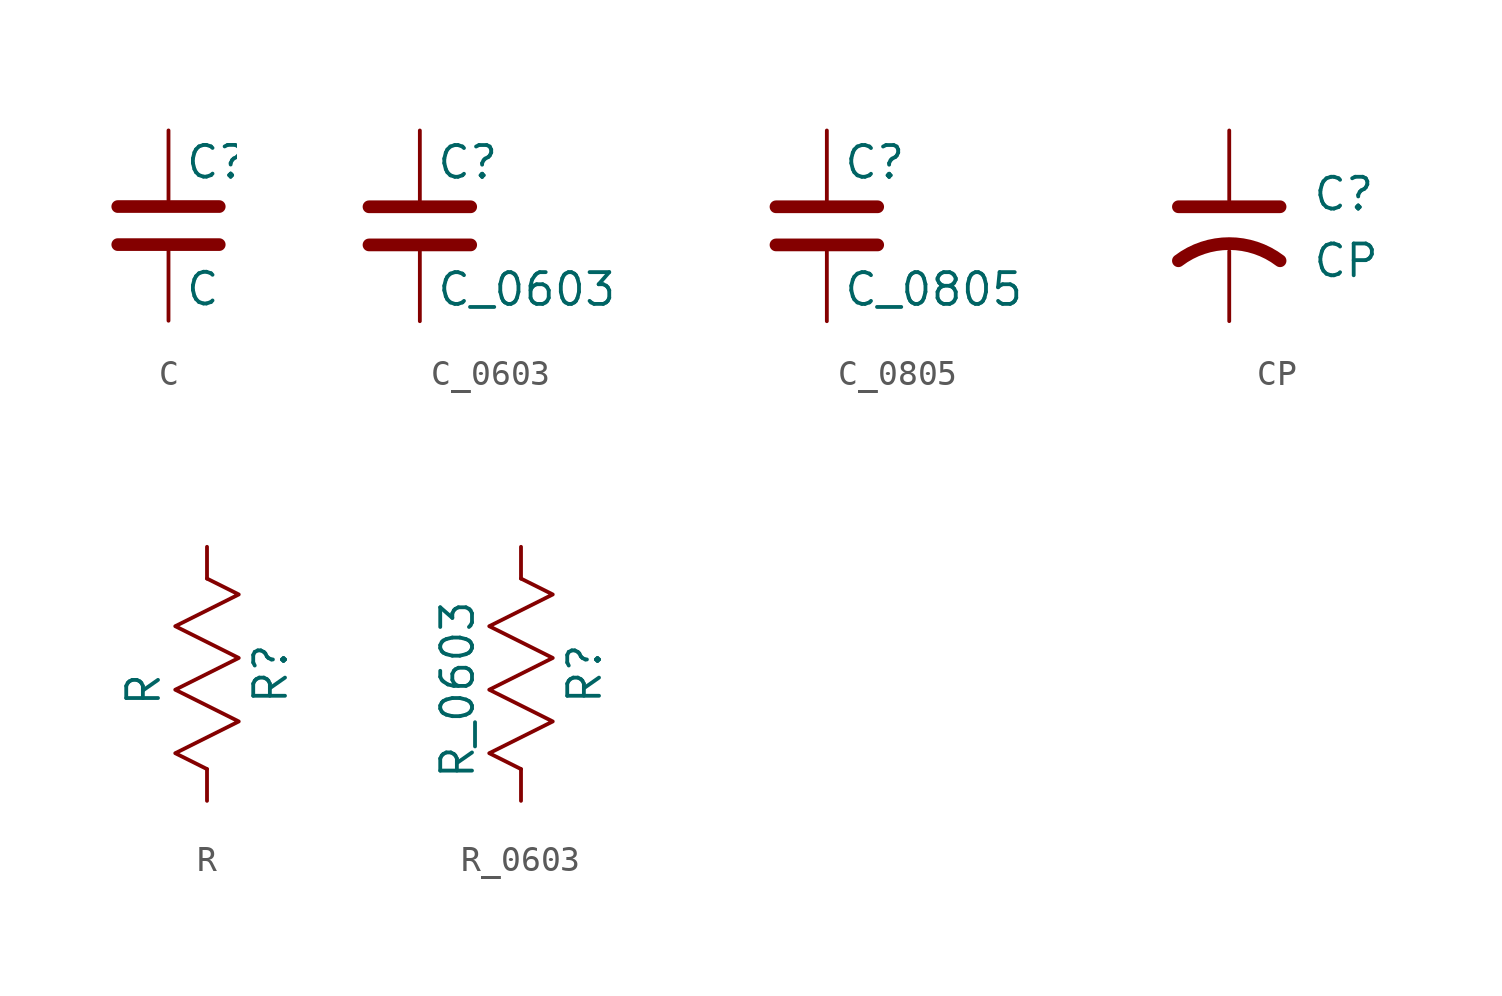
<source format=kicad_sym>
(kicad_symbol_lib
  (version 20211014)
  (generator kicad_symbol_editor)
  (symbol "C"
    (pin_numbers hide)
    (pin_names
      (offset 0.254))
    (property "Reference" "C"
      (at 0.635 2.54 0)
      (effects (font (size 1.27 1.27)) (justify left)))
    (property "Value" "C"
      (at 0.635 -2.54 0)
      (effects (font (size 1.27 1.27)) (justify left)))
    (property "Datasheet" ""
      (at 0 0 0)
      (effects (font (size 1.524 1.524))))
    (symbol "C_0_1"
      (polyline (pts (xy -2.032 -0.762) (xy 2.032 -0.762)) (stroke (width 0.508) (type default) (color 0 0 0 0)) (fill (type none)))
      (polyline (pts (xy -2.032 0.762) (xy 2.032 0.762)) (stroke (width 0.508) (type default) (color 0 0 0 0)) (fill (type none))))
    (symbol "C_1_1"
      (pin passive line (at 0 3.81 270) (length 2.794) (name "~" (effects (font (size 1.016 1.016)))) (number "1" (effects (font (size 1.016 1.016)))))
      (pin passive line (at 0 -3.81 90) (length 2.794) (name "~" (effects (font (size 1.016 1.016)))) (number "2" (effects (font (size 1.016 1.016)))))))
  (symbol "C_0603"
    (pin_numbers hide)
    (pin_names
      (offset 0.254))
    (property "Reference" "C"
      (at 0.635 2.54 0)
      (effects (font (size 1.27 1.27)) (justify left)))
    (property "Value" "C_0603"
      (at 0.635 -2.54 0)
      (effects (font (size 1.27 1.27)) (justify left)))
    (symbol "C_0603_0_1"
      (polyline (pts (xy -2.032 -0.762) (xy 2.032 -0.762)) (stroke (width 0.508) (type default) (color 0 0 0 0)) (fill (type none)))
      (polyline (pts (xy -2.032 0.762) (xy 2.032 0.762)) (stroke (width 0.508) (type default) (color 0 0 0 0)) (fill (type none))))
    (symbol "C_0603_1_1"
      (pin passive line (at 0 3.81 270) (length 2.794) (name "~" (effects (font (size 1.016 1.016)))) (number "1" (effects (font (size 1.016 1.016)))))
      (pin passive line (at 0 -3.81 90) (length 2.794) (name "~" (effects (font (size 1.016 1.016)))) (number "2" (effects (font (size 1.016 1.016)))))))
  (symbol "C_0805"
    (pin_numbers hide)
    (pin_names
      (offset 0.254))
    (property "Reference" "C"
      (at 0.635 2.54 0)
      (effects (font (size 1.27 1.27)) (justify left)))
    (property "Value" "C_0805"
      (at 0.635 -2.54 0)
      (effects (font (size 1.27 1.27)) (justify left)))
    (property "Datasheet" ""
      (at 0.635 2.54 0)
      (effects (font (size 1.524 1.524))))
    (symbol "C_0805_0_1"
      (polyline (pts (xy -2.032 -0.762) (xy 2.032 -0.762)) (stroke (width 0.508) (type default) (color 0 0 0 0)) (fill (type none)))
      (polyline (pts (xy -2.032 0.762) (xy 2.032 0.762)) (stroke (width 0.508) (type default) (color 0 0 0 0)) (fill (type none))))
    (symbol "C_0805_1_1"
      (pin passive line (at 0 3.81 270) (length 2.794) (name "~" (effects (font (size 1.016 1.016)))) (number "1" (effects (font (size 1.016 1.016)))))
      (pin passive line (at 0 -3.81 90) (length 2.794) (name "~" (effects (font (size 1.016 1.016)))) (number "2" (effects (font (size 1.016 1.016)))))))
  (symbol "CP"
    (pin_numbers hide)
    (pin_names
      (offset 0.254))
    (property "Reference" "C"
      (at 3.302 1.27 0)
      (effects (font (size 1.27 1.27)) (justify left)))
    (property "Value" "CP"
      (at 3.302 -1.397 0)
      (effects (font (size 1.27 1.27)) (justify left)))
    (property "Datasheet" ""
      (at 3.302 1.27 0)
      (effects (font (size 1.524 1.524))))
    (symbol "CP_0_1"
      (polyline (pts (xy -2.032 0.762) (xy 2.032 0.762)) (stroke (width 0.508) (type default) (color 0 0 0 0)) (fill (type none)))
      (arc (start 2.032 -1.397) (mid 0 -0.7111) (end -2.032 -1.397) (stroke (width 0.508) (type default) (color 0 0 0 0)) (fill (type none))))
    (symbol "CP_1_1"
      (pin passive line (at 0 3.81 270) (length 2.794) (name "~" (effects (font (size 1.016 1.016)))) (number "1" (effects (font (size 1.016 1.016)))))
      (pin passive line (at 0 -3.81 90) (length 2.794) (name "~" (effects (font (size 1.016 1.016)))) (number "2" (effects (font (size 1.016 1.016)))))))
  (symbol "R"
    (pin_numbers hide)
    (pin_names
      (offset 0))
    (property "Reference" "R"
      (at 2.54 0 90)
      (effects (font (size 1.27 1.27))))
    (property "Value" "R"
      (at -2.54 -0.635 90)
      (effects (font (size 1.27 1.27))))
    (symbol "R_0_1"
      (polyline (pts (xy 0 3.81) (xy 1.27 3.175) (xy -1.27 1.905) (xy 1.27 0.635) (xy -1.27 -0.635) (xy 1.27 -1.905) (xy -1.27 -3.175) (xy 0 -3.81)) (stroke (width 0) (type default) (color 0 0 0 0)) (fill (type none))))
    (symbol "R_1_1"
      (pin passive line (at 0 5.08 270) (length 1.27) (name "~" (effects (font (size 1.524 1.524)))) (number "1" (effects (font (size 1.524 1.524)))))
      (pin passive line (at 0 -5.08 90) (length 1.27) (name "~" (effects (font (size 1.524 1.524)))) (number "2" (effects (font (size 1.524 1.524)))))))
  (symbol "R_0603"
    (pin_numbers hide)
    (pin_names
      (offset 0))
    (property "Reference" "R"
      (at 2.54 0 90)
      (effects (font (size 1.27 1.27))))
    (property "Value" "R_0603"
      (at -2.54 -0.635 90)
      (effects (font (size 1.27 1.27))))
    (symbol "R_0603_0_1"
      (polyline (pts (xy 0 3.81) (xy 1.27 3.175) (xy -1.27 1.905) (xy 1.27 0.635) (xy -1.27 -0.635) (xy 1.27 -1.905) (xy -1.27 -3.175) (xy 0 -3.81)) (stroke (width 0) (type default) (color 0 0 0 0)) (fill (type none))))
    (symbol "R_0603_1_1"
      (pin passive line (at 0 5.08 270) (length 1.27) (name "~" (effects (font (size 1.524 1.524)))) (number "1" (effects (font (size 1.524 1.524)))))
      (pin passive line (at 0 -5.08 90) (length 1.27) (name "~" (effects (font (size 1.524 1.524)))) (number "2" (effects (font (size 1.524 1.524))))))))
</source>
